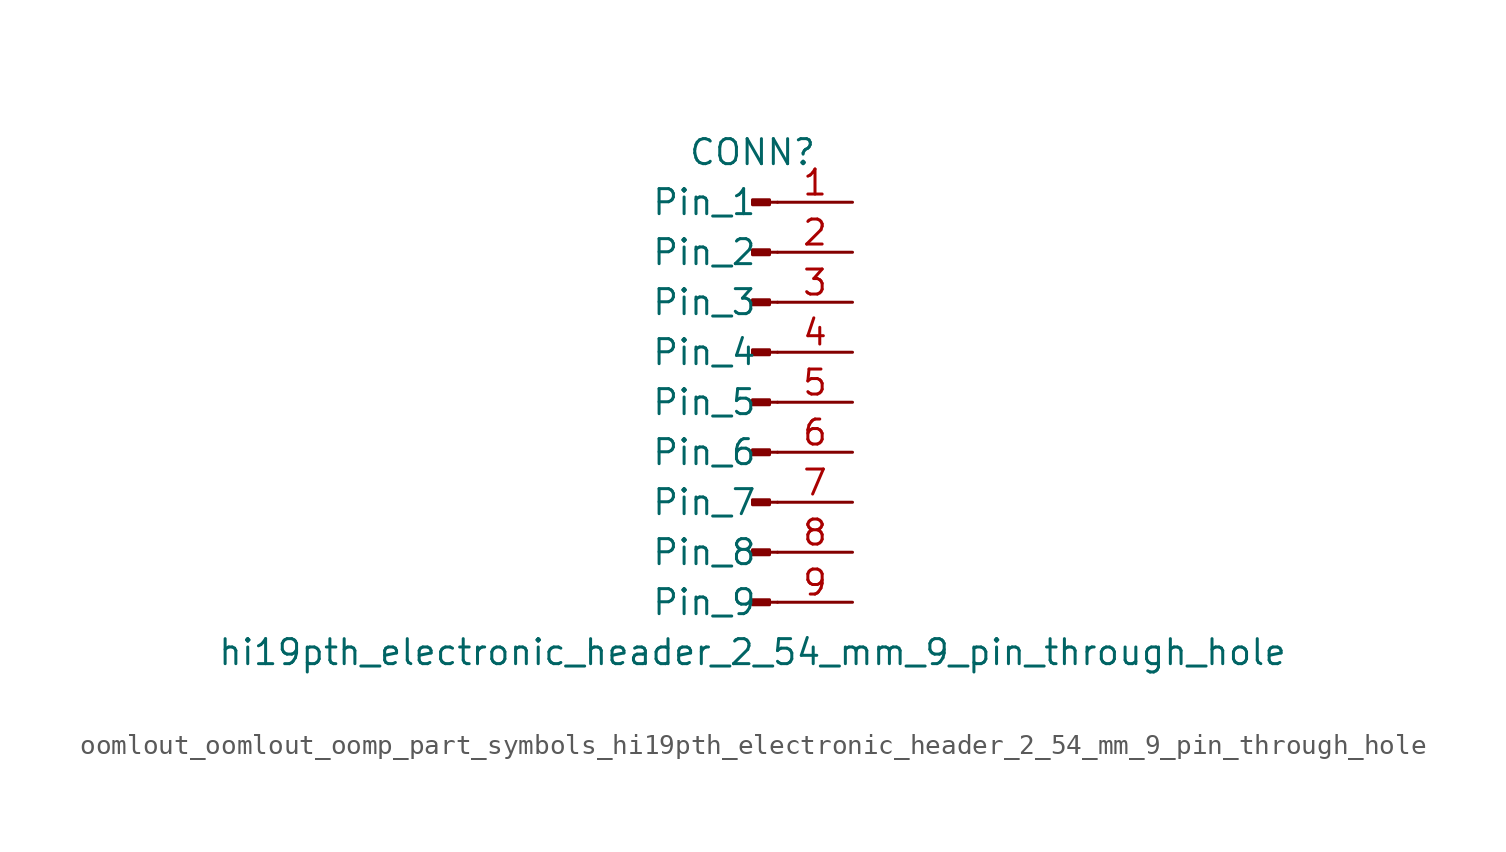
<source format=kicad_sym>
(kicad_symbol_lib
  (version 20220914)
  (generator kicad_symbol_editor)
  (symbol "oomlout_oomlout_oomp_part_symbols_hi19pth_electronic_header_2_54_mm_9_pin_through_hole"
    (pin_names
      (offset 1.016))
    (property "Reference" "CONN"
      (at 0 12.7 0)
      (effects (font (size 1.27 1.27))))
    (property "Value" "hi19pth_electronic_header_2_54_mm_9_pin_through_hole"
      (at 0 -12.7 0)
      (effects (font (size 1.27 1.27))))
    (property "ki_locked" ""
      (at 0 0 0)
      (effects (font (size 1.27 1.27))))
    (symbol "oomlout_oomlout_oomp_part_symbols_hi19pth_electronic_header_2_54_mm_9_pin_through_hole_1_1"
      (polyline (pts (xy 1.27 -10.16) (xy 0.864 -10.16)) (stroke (width 0.152) (type default)) (fill (type none)))
      (polyline (pts (xy 1.27 -7.62) (xy 0.864 -7.62)) (stroke (width 0.152) (type default)) (fill (type none)))
      (polyline (pts (xy 1.27 -5.08) (xy 0.864 -5.08)) (stroke (width 0.152) (type default)) (fill (type none)))
      (polyline (pts (xy 1.27 -2.54) (xy 0.864 -2.54)) (stroke (width 0.152) (type default)) (fill (type none)))
      (polyline (pts (xy 1.27 0) (xy 0.864 0)) (stroke (width 0.152) (type default)) (fill (type none)))
      (polyline (pts (xy 1.27 2.54) (xy 0.864 2.54)) (stroke (width 0.152) (type default)) (fill (type none)))
      (polyline (pts (xy 1.27 5.08) (xy 0.864 5.08)) (stroke (width 0.152) (type default)) (fill (type none)))
      (polyline (pts (xy 1.27 7.62) (xy 0.864 7.62)) (stroke (width 0.152) (type default)) (fill (type none)))
      (polyline (pts (xy 1.27 10.16) (xy 0.864 10.16)) (stroke (width 0.152) (type default)) (fill (type none)))
      (rectangle (start 0.864 -10.033) (end 0 -10.287) (stroke (width 0.152) (type default)) (fill (type outline)))
      (rectangle (start 0.864 -7.493) (end 0 -7.747) (stroke (width 0.152) (type default)) (fill (type outline)))
      (rectangle (start 0.864 -4.953) (end 0 -5.207) (stroke (width 0.152) (type default)) (fill (type outline)))
      (rectangle (start 0.864 -2.413) (end 0 -2.667) (stroke (width 0.152) (type default)) (fill (type outline)))
      (rectangle (start 0.864 0.127) (end 0 -0.127) (stroke (width 0.152) (type default)) (fill (type outline)))
      (rectangle (start 0.864 2.667) (end 0 2.413) (stroke (width 0.152) (type default)) (fill (type outline)))
      (rectangle (start 0.864 5.207) (end 0 4.953) (stroke (width 0.152) (type default)) (fill (type outline)))
      (rectangle (start 0.864 7.747) (end 0 7.493) (stroke (width 0.152) (type default)) (fill (type outline)))
      (rectangle (start 0.864 10.287) (end 0 10.033) (stroke (width 0.152) (type default)) (fill (type outline)))
      (pin passive line (at 5.08 10.16 180) (length 3.81) (name "Pin_1" (effects (font (size 1.27 1.27)))) (number "1" (effects (font (size 1.27 1.27)))))
      (pin passive line (at 5.08 7.62 180) (length 3.81) (name "Pin_2" (effects (font (size 1.27 1.27)))) (number "2" (effects (font (size 1.27 1.27)))))
      (pin passive line (at 5.08 5.08 180) (length 3.81) (name "Pin_3" (effects (font (size 1.27 1.27)))) (number "3" (effects (font (size 1.27 1.27)))))
      (pin passive line (at 5.08 2.54 180) (length 3.81) (name "Pin_4" (effects (font (size 1.27 1.27)))) (number "4" (effects (font (size 1.27 1.27)))))
      (pin passive line (at 5.08 0 180) (length 3.81) (name "Pin_5" (effects (font (size 1.27 1.27)))) (number "5" (effects (font (size 1.27 1.27)))))
      (pin passive line (at 5.08 -2.54 180) (length 3.81) (name "Pin_6" (effects (font (size 1.27 1.27)))) (number "6" (effects (font (size 1.27 1.27)))))
      (pin passive line (at 5.08 -5.08 180) (length 3.81) (name "Pin_7" (effects (font (size 1.27 1.27)))) (number "7" (effects (font (size 1.27 1.27)))))
      (pin passive line (at 5.08 -7.62 180) (length 3.81) (name "Pin_8" (effects (font (size 1.27 1.27)))) (number "8" (effects (font (size 1.27 1.27)))))
      (pin passive line (at 5.08 -10.16 180) (length 3.81) (name "Pin_9" (effects (font (size 1.27 1.27)))) (number "9" (effects (font (size 1.27 1.27))))))))
</source>
